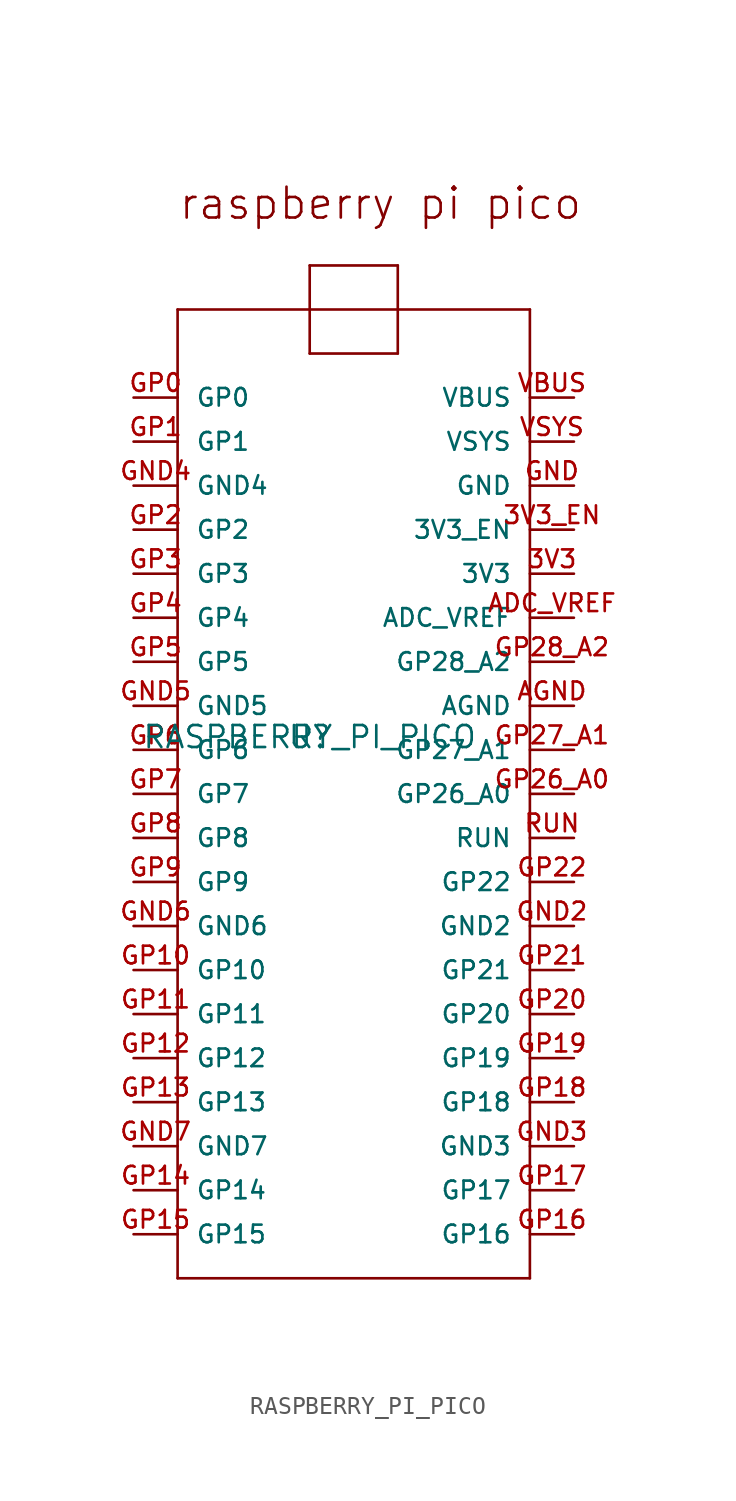
<source format=kicad_sym>
(kicad_symbol_lib
  (version 20241209)
  (generator "kicad_symbol_editor")
  (generator_version "9.0")
  (symbol "RASPBERRY_PI_PICO"
    (pin_names
      (offset 1.016))
    (property "Reference" "U"
      (at 0 0 0)
      (effects (font (size 1.27 1.27)) (justify bottom)))
    (property "Value" "RASPBERRY_PI_PICO"
      (at 0 0 0)
      (effects (font (size 1.27 1.27)) (justify bottom)))
    (symbol "RASPBERRY_PI_PICO_0_0"
      (polyline (pts (xy -7.62 25.4) (xy -7.62 -30.48)) (stroke (width 0.152) (type default)) (fill (type none)))
      (polyline (pts (xy -7.62 -30.48) (xy 12.7 -30.48)) (stroke (width 0.152) (type default)) (fill (type none)))
      (polyline (pts (xy 0 27.94) (xy 0 22.86)) (stroke (width 0.152) (type default)) (fill (type none)))
      (polyline (pts (xy 0 22.86) (xy 5.08 22.86)) (stroke (width 0.152) (type default)) (fill (type none)))
      (polyline (pts (xy 5.08 27.94) (xy 0 27.94)) (stroke (width 0.152) (type default)) (fill (type none)))
      (polyline (pts (xy 5.08 22.86) (xy 5.08 27.94)) (stroke (width 0.152) (type default)) (fill (type none)))
      (polyline (pts (xy 12.7 25.4) (xy -7.62 25.4)) (stroke (width 0.152) (type default)) (fill (type none)))
      (polyline (pts (xy 12.7 -30.48) (xy 12.7 25.4)) (stroke (width 0.152) (type default)) (fill (type none)))
      (text "raspberry pi pico" (at -7.62 30.48 0) (effects (font (size 1.778 1.778)) (justify left bottom)))
      (pin bidirectional line (at -10.16 20.32 0) (length 2.54) (name "GP0" (effects (font (size 1.016 1.016)))) (number "GP0" (effects (font (size 1.016 1.016)))))
      (pin bidirectional line (at -10.16 17.78 0) (length 2.54) (name "GP1" (effects (font (size 1.016 1.016)))) (number "GP1" (effects (font (size 1.016 1.016)))))
      (pin bidirectional line (at -10.16 12.7 0) (length 2.54) (name "GP2" (effects (font (size 1.016 1.016)))) (number "GP2" (effects (font (size 1.016 1.016)))))
      (pin bidirectional line (at -10.16 10.16 0) (length 2.54) (name "GP3" (effects (font (size 1.016 1.016)))) (number "GP3" (effects (font (size 1.016 1.016)))))
      (pin bidirectional line (at -10.16 7.62 0) (length 2.54) (name "GP4" (effects (font (size 1.016 1.016)))) (number "GP4" (effects (font (size 1.016 1.016)))))
      (pin bidirectional line (at -10.16 5.08 0) (length 2.54) (name "GP5" (effects (font (size 1.016 1.016)))) (number "GP5" (effects (font (size 1.016 1.016)))))
      (pin bidirectional line (at -10.16 0 0) (length 2.54) (name "GP6" (effects (font (size 1.016 1.016)))) (number "GP6" (effects (font (size 1.016 1.016)))))
      (pin bidirectional line (at -10.16 -2.54 0) (length 2.54) (name "GP7" (effects (font (size 1.016 1.016)))) (number "GP7" (effects (font (size 1.016 1.016)))))
      (pin bidirectional line (at -10.16 -5.08 0) (length 2.54) (name "GP8" (effects (font (size 1.016 1.016)))) (number "GP8" (effects (font (size 1.016 1.016)))))
      (pin bidirectional line (at -10.16 -7.62 0) (length 2.54) (name "GP9" (effects (font (size 1.016 1.016)))) (number "GP9" (effects (font (size 1.016 1.016)))))
      (pin bidirectional line (at -10.16 -12.7 0) (length 2.54) (name "GP10" (effects (font (size 1.016 1.016)))) (number "GP10" (effects (font (size 1.016 1.016)))))
      (pin bidirectional line (at -10.16 -15.24 0) (length 2.54) (name "GP11" (effects (font (size 1.016 1.016)))) (number "GP11" (effects (font (size 1.016 1.016)))))
      (pin bidirectional line (at -10.16 -17.78 0) (length 2.54) (name "GP12" (effects (font (size 1.016 1.016)))) (number "GP12" (effects (font (size 1.016 1.016)))))
      (pin bidirectional line (at -10.16 -20.32 0) (length 2.54) (name "GP13" (effects (font (size 1.016 1.016)))) (number "GP13" (effects (font (size 1.016 1.016)))))
      (pin bidirectional line (at -10.16 -25.4 0) (length 2.54) (name "GP14" (effects (font (size 1.016 1.016)))) (number "GP14" (effects (font (size 1.016 1.016)))))
      (pin bidirectional line (at -10.16 -27.94 0) (length 2.54) (name "GP15" (effects (font (size 1.016 1.016)))) (number "GP15" (effects (font (size 1.016 1.016)))))
      (pin bidirectional line (at 15.24 17.78 180) (length 2.54) (name "VSYS" (effects (font (size 1.016 1.016)))) (number "VSYS" (effects (font (size 1.016 1.016)))))
      (pin bidirectional line (at 15.24 12.7 180) (length 2.54) (name "3V3_EN" (effects (font (size 1.016 1.016)))) (number "3V3_EN" (effects (font (size 1.016 1.016)))))
      (pin bidirectional line (at 15.24 10.16 180) (length 2.54) (name "3V3" (effects (font (size 1.016 1.016)))) (number "3V3" (effects (font (size 1.016 1.016)))))
      (pin bidirectional line (at 15.24 7.62 180) (length 2.54) (name "ADC_VREF" (effects (font (size 1.016 1.016)))) (number "ADC_VREF" (effects (font (size 1.016 1.016)))))
      (pin bidirectional line (at 15.24 5.08 180) (length 2.54) (name "GP28_A2" (effects (font (size 1.016 1.016)))) (number "GP28_A2" (effects (font (size 1.016 1.016)))))
      (pin bidirectional line (at 15.24 0 180) (length 2.54) (name "GP27_A1" (effects (font (size 1.016 1.016)))) (number "GP27_A1" (effects (font (size 1.016 1.016)))))
      (pin bidirectional line (at 15.24 -2.54 180) (length 2.54) (name "GP26_A0" (effects (font (size 1.016 1.016)))) (number "GP26_A0" (effects (font (size 1.016 1.016)))))
      (pin bidirectional line (at 15.24 -5.08 180) (length 2.54) (name "RUN" (effects (font (size 1.016 1.016)))) (number "RUN" (effects (font (size 1.016 1.016)))))
      (pin bidirectional line (at 15.24 -7.62 180) (length 2.54) (name "GP22" (effects (font (size 1.016 1.016)))) (number "GP22" (effects (font (size 1.016 1.016)))))
      (pin bidirectional line (at 15.24 -12.7 180) (length 2.54) (name "GP21" (effects (font (size 1.016 1.016)))) (number "GP21" (effects (font (size 1.016 1.016)))))
      (pin bidirectional line (at 15.24 -15.24 180) (length 2.54) (name "GP20" (effects (font (size 1.016 1.016)))) (number "GP20" (effects (font (size 1.016 1.016)))))
      (pin bidirectional line (at 15.24 -17.78 180) (length 2.54) (name "GP19" (effects (font (size 1.016 1.016)))) (number "GP19" (effects (font (size 1.016 1.016)))))
      (pin bidirectional line (at 15.24 -20.32 180) (length 2.54) (name "GP18" (effects (font (size 1.016 1.016)))) (number "GP18" (effects (font (size 1.016 1.016)))))
      (pin bidirectional line (at 15.24 -25.4 180) (length 2.54) (name "GP17" (effects (font (size 1.016 1.016)))) (number "GP17" (effects (font (size 1.016 1.016)))))
      (pin bidirectional line (at 15.24 -27.94 180) (length 2.54) (name "GP16" (effects (font (size 1.016 1.016)))) (number "GP16" (effects (font (size 1.016 1.016))))))
    (symbol "RASPBERRY_PI_PICO_1_0"
      (pin power_in line (at -10.16 15.24 0) (length 2.54) (name "GND4" (effects (font (size 1.016 1.016)))) (number "GND4" (effects (font (size 1.016 1.016)))))
      (pin power_in line (at -10.16 2.54 0) (length 2.54) (name "GND5" (effects (font (size 1.016 1.016)))) (number "GND5" (effects (font (size 1.016 1.016)))))
      (pin power_in line (at -10.16 -10.16 0) (length 2.54) (name "GND6" (effects (font (size 1.016 1.016)))) (number "GND6" (effects (font (size 1.016 1.016)))))
      (pin power_in line (at -10.16 -22.86 0) (length 2.54) (name "GND7" (effects (font (size 1.016 1.016)))) (number "GND7" (effects (font (size 1.016 1.016)))))
      (pin power_in line (at 15.24 20.32 180) (length 2.54) (name "VBUS" (effects (font (size 1.016 1.016)))) (number "VBUS" (effects (font (size 1.016 1.016)))))
      (pin power_in line (at 15.24 15.24 180) (length 2.54) (name "GND" (effects (font (size 1.016 1.016)))) (number "GND" (effects (font (size 1.016 1.016)))))
      (pin power_in line (at 15.24 2.54 180) (length 2.54) (name "AGND" (effects (font (size 1.016 1.016)))) (number "AGND" (effects (font (size 1.016 1.016)))))
      (pin power_in line (at 15.24 -10.16 180) (length 2.54) (name "GND2" (effects (font (size 1.016 1.016)))) (number "GND2" (effects (font (size 1.016 1.016)))))
      (pin power_in line (at 15.24 -22.86 180) (length 2.54) (name "GND3" (effects (font (size 1.016 1.016)))) (number "GND3" (effects (font (size 1.016 1.016))))))))
</source>
